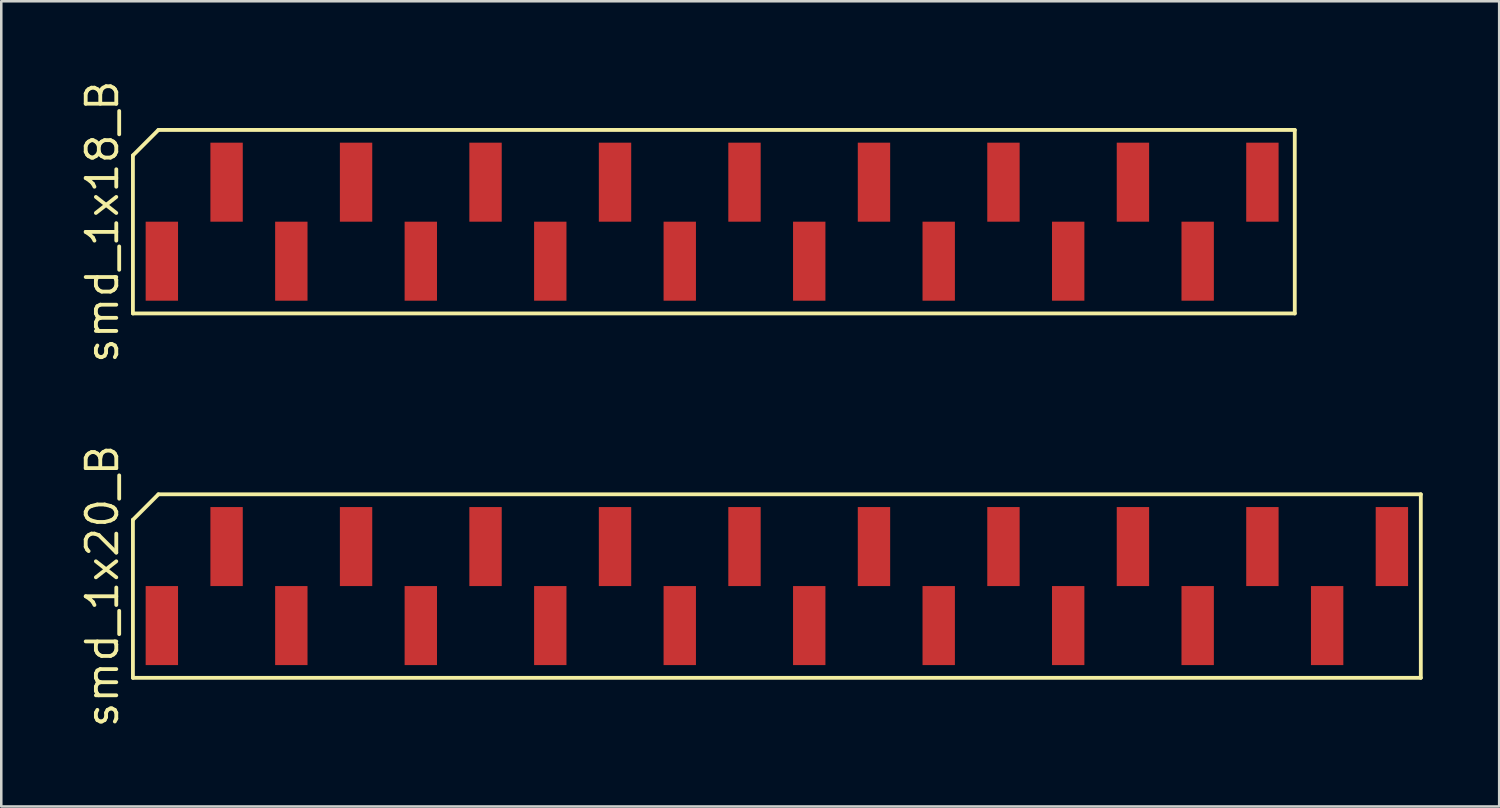
<source format=kicad_pcb>
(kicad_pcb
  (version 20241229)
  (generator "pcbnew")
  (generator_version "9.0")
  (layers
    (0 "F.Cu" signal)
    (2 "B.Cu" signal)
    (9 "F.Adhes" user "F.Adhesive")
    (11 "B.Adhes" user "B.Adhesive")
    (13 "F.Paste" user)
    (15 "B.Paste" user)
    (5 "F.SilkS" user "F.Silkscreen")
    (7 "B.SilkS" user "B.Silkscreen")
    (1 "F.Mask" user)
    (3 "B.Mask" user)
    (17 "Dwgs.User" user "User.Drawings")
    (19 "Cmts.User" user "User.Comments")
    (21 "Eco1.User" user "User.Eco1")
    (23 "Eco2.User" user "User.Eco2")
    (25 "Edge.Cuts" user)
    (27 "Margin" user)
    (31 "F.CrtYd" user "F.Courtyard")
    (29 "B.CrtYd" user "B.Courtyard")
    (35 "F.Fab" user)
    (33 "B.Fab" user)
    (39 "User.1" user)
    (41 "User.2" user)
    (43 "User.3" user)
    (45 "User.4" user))
  (footprint "smd_1x20_B"
    (layer "F.Cu")
    (at 27.43 19.944)
    (property "Reference" "smd_1x20_B" (at -26.465 0 90) (layer "F.SilkS") (effects (font (size 1.2 1.2) (thickness 0.15))))
    (attr through_hole)
    (fp_line (start -25.265 -2.6) (end -25.265 3.6) (stroke (width 0.15) (type solid)) (layer "F.SilkS"))
    (fp_line (start -25.265 3.6) (end 25.265 3.6) (stroke (width 0.15) (type solid)) (layer "F.SilkS"))
    (fp_line (start -24.265 -3.6) (end -25.265 -2.6) (stroke (width 0.15) (type solid)) (layer "F.SilkS"))
    (fp_line (start 25.265 -3.6) (end -24.265 -3.6) (stroke (width 0.15) (type solid)) (layer "F.SilkS"))
    (fp_line (start 25.265 3.6) (end 25.265 -3.6) (stroke (width 0.15) (type solid)) (layer "F.SilkS"))
    (pad "1" smd rect (at -24.13 1.55) (size 1.27 3.1) (layers "F.Cu" "F.Mask" "F.Paste"))
    (pad "2" smd rect (at -21.59 -1.55) (size 1.27 3.1) (layers "F.Cu" "F.Mask" "F.Paste"))
    (pad "3" smd rect (at -19.05 1.55) (size 1.27 3.1) (layers "F.Cu" "F.Mask" "F.Paste"))
    (pad "4" smd rect (at -16.51 -1.55) (size 1.27 3.1) (layers "F.Cu" "F.Mask" "F.Paste"))
    (pad "5" smd rect (at -13.97 1.55) (size 1.27 3.1) (layers "F.Cu" "F.Mask" "F.Paste"))
    (pad "6" smd rect (at -11.43 -1.55) (size 1.27 3.1) (layers "F.Cu" "F.Mask" "F.Paste"))
    (pad "7" smd rect (at -8.89 1.55) (size 1.27 3.1) (layers "F.Cu" "F.Mask" "F.Paste"))
    (pad "8" smd rect (at -6.35 -1.55) (size 1.27 3.1) (layers "F.Cu" "F.Mask" "F.Paste"))
    (pad "9" smd rect (at -3.81 1.55) (size 1.27 3.1) (layers "F.Cu" "F.Mask" "F.Paste"))
    (pad "10" smd rect (at -1.27 -1.55) (size 1.27 3.1) (layers "F.Cu" "F.Mask" "F.Paste"))
    (pad "11" smd rect (at 1.27 1.55) (size 1.27 3.1) (layers "F.Cu" "F.Mask" "F.Paste"))
    (pad "12" smd rect (at 3.81 -1.55) (size 1.27 3.1) (layers "F.Cu" "F.Mask" "F.Paste"))
    (pad "13" smd rect (at 6.35 1.55) (size 1.27 3.1) (layers "F.Cu" "F.Mask" "F.Paste"))
    (pad "14" smd rect (at 8.89 -1.55) (size 1.27 3.1) (layers "F.Cu" "F.Mask" "F.Paste"))
    (pad "15" smd rect (at 11.43 1.55) (size 1.27 3.1) (layers "F.Cu" "F.Mask" "F.Paste"))
    (pad "16" smd rect (at 13.97 -1.55) (size 1.27 3.1) (layers "F.Cu" "F.Mask" "F.Paste"))
    (pad "17" smd rect (at 16.51 1.55) (size 1.27 3.1) (layers "F.Cu" "F.Mask" "F.Paste"))
    (pad "18" smd rect (at 19.05 -1.55) (size 1.27 3.1) (layers "F.Cu" "F.Mask" "F.Paste"))
    (pad "19" smd rect (at 21.59 1.55) (size 1.27 3.1) (layers "F.Cu" "F.Mask" "F.Paste"))
    (pad "20" smd rect (at 24.13 -1.55) (size 1.27 3.1) (layers "F.Cu" "F.Mask" "F.Paste")))
  (footprint "smd_1x18_B"
    (layer "F.Cu")
    (at 27.43 5.648)
    (property "Reference" "smd_1x18_B" (at -26.465 0 90) (layer "F.SilkS") (effects (font (size 1.2 1.2) (thickness 0.15))))
    (attr through_hole)
    (fp_line (start -25.265 -2.6) (end -25.265 3.6) (stroke (width 0.15) (type solid)) (layer "F.SilkS"))
    (fp_line (start -25.265 3.6) (end 20.32 3.6) (stroke (width 0.15) (type solid)) (layer "F.SilkS"))
    (fp_line (start -24.265 -3.6) (end -25.265 -2.6) (stroke (width 0.15) (type solid)) (layer "F.SilkS"))
    (fp_line (start 20.32 -3.6) (end -24.265 -3.6) (stroke (width 0.15) (type solid)) (layer "F.SilkS"))
    (fp_line (start 20.32 3.6) (end 20.32 -3.6) (stroke (width 0.15) (type solid)) (layer "F.SilkS"))
    (pad "1" smd rect (at -24.13 1.55) (size 1.27 3.1) (layers "F.Cu" "F.Mask" "F.Paste"))
    (pad "2" smd rect (at -21.59 -1.55) (size 1.27 3.1) (layers "F.Cu" "F.Mask" "F.Paste"))
    (pad "3" smd rect (at -19.05 1.55) (size 1.27 3.1) (layers "F.Cu" "F.Mask" "F.Paste"))
    (pad "4" smd rect (at -16.51 -1.55) (size 1.27 3.1) (layers "F.Cu" "F.Mask" "F.Paste"))
    (pad "5" smd rect (at -13.97 1.55) (size 1.27 3.1) (layers "F.Cu" "F.Mask" "F.Paste"))
    (pad "6" smd rect (at -11.43 -1.55) (size 1.27 3.1) (layers "F.Cu" "F.Mask" "F.Paste"))
    (pad "7" smd rect (at -8.89 1.55) (size 1.27 3.1) (layers "F.Cu" "F.Mask" "F.Paste"))
    (pad "8" smd rect (at -6.35 -1.55) (size 1.27 3.1) (layers "F.Cu" "F.Mask" "F.Paste"))
    (pad "9" smd rect (at -3.81 1.55) (size 1.27 3.1) (layers "F.Cu" "F.Mask" "F.Paste"))
    (pad "10" smd rect (at -1.27 -1.55) (size 1.27 3.1) (layers "F.Cu" "F.Mask" "F.Paste"))
    (pad "11" smd rect (at 1.27 1.55) (size 1.27 3.1) (layers "F.Cu" "F.Mask" "F.Paste"))
    (pad "12" smd rect (at 3.81 -1.55) (size 1.27 3.1) (layers "F.Cu" "F.Mask" "F.Paste"))
    (pad "13" smd rect (at 6.35 1.55) (size 1.27 3.1) (layers "F.Cu" "F.Mask" "F.Paste"))
    (pad "14" smd rect (at 8.89 -1.55) (size 1.27 3.1) (layers "F.Cu" "F.Mask" "F.Paste"))
    (pad "15" smd rect (at 11.43 1.55) (size 1.27 3.1) (layers "F.Cu" "F.Mask" "F.Paste"))
    (pad "16" smd rect (at 13.97 -1.55) (size 1.27 3.1) (layers "F.Cu" "F.Mask" "F.Paste"))
    (pad "17" smd rect (at 16.51 1.55) (size 1.27 3.1) (layers "F.Cu" "F.Mask" "F.Paste"))
    (pad "18" smd rect (at 19.05 -1.55) (size 1.27 3.1) (layers "F.Cu" "F.Mask" "F.Paste")))
  (gr_rect
    (start -3 -3)
    (end 55.77 28.591)
    (stroke (width 0.1) (type default))
    (fill no)
    (layer "Edge.Cuts")))
</source>
